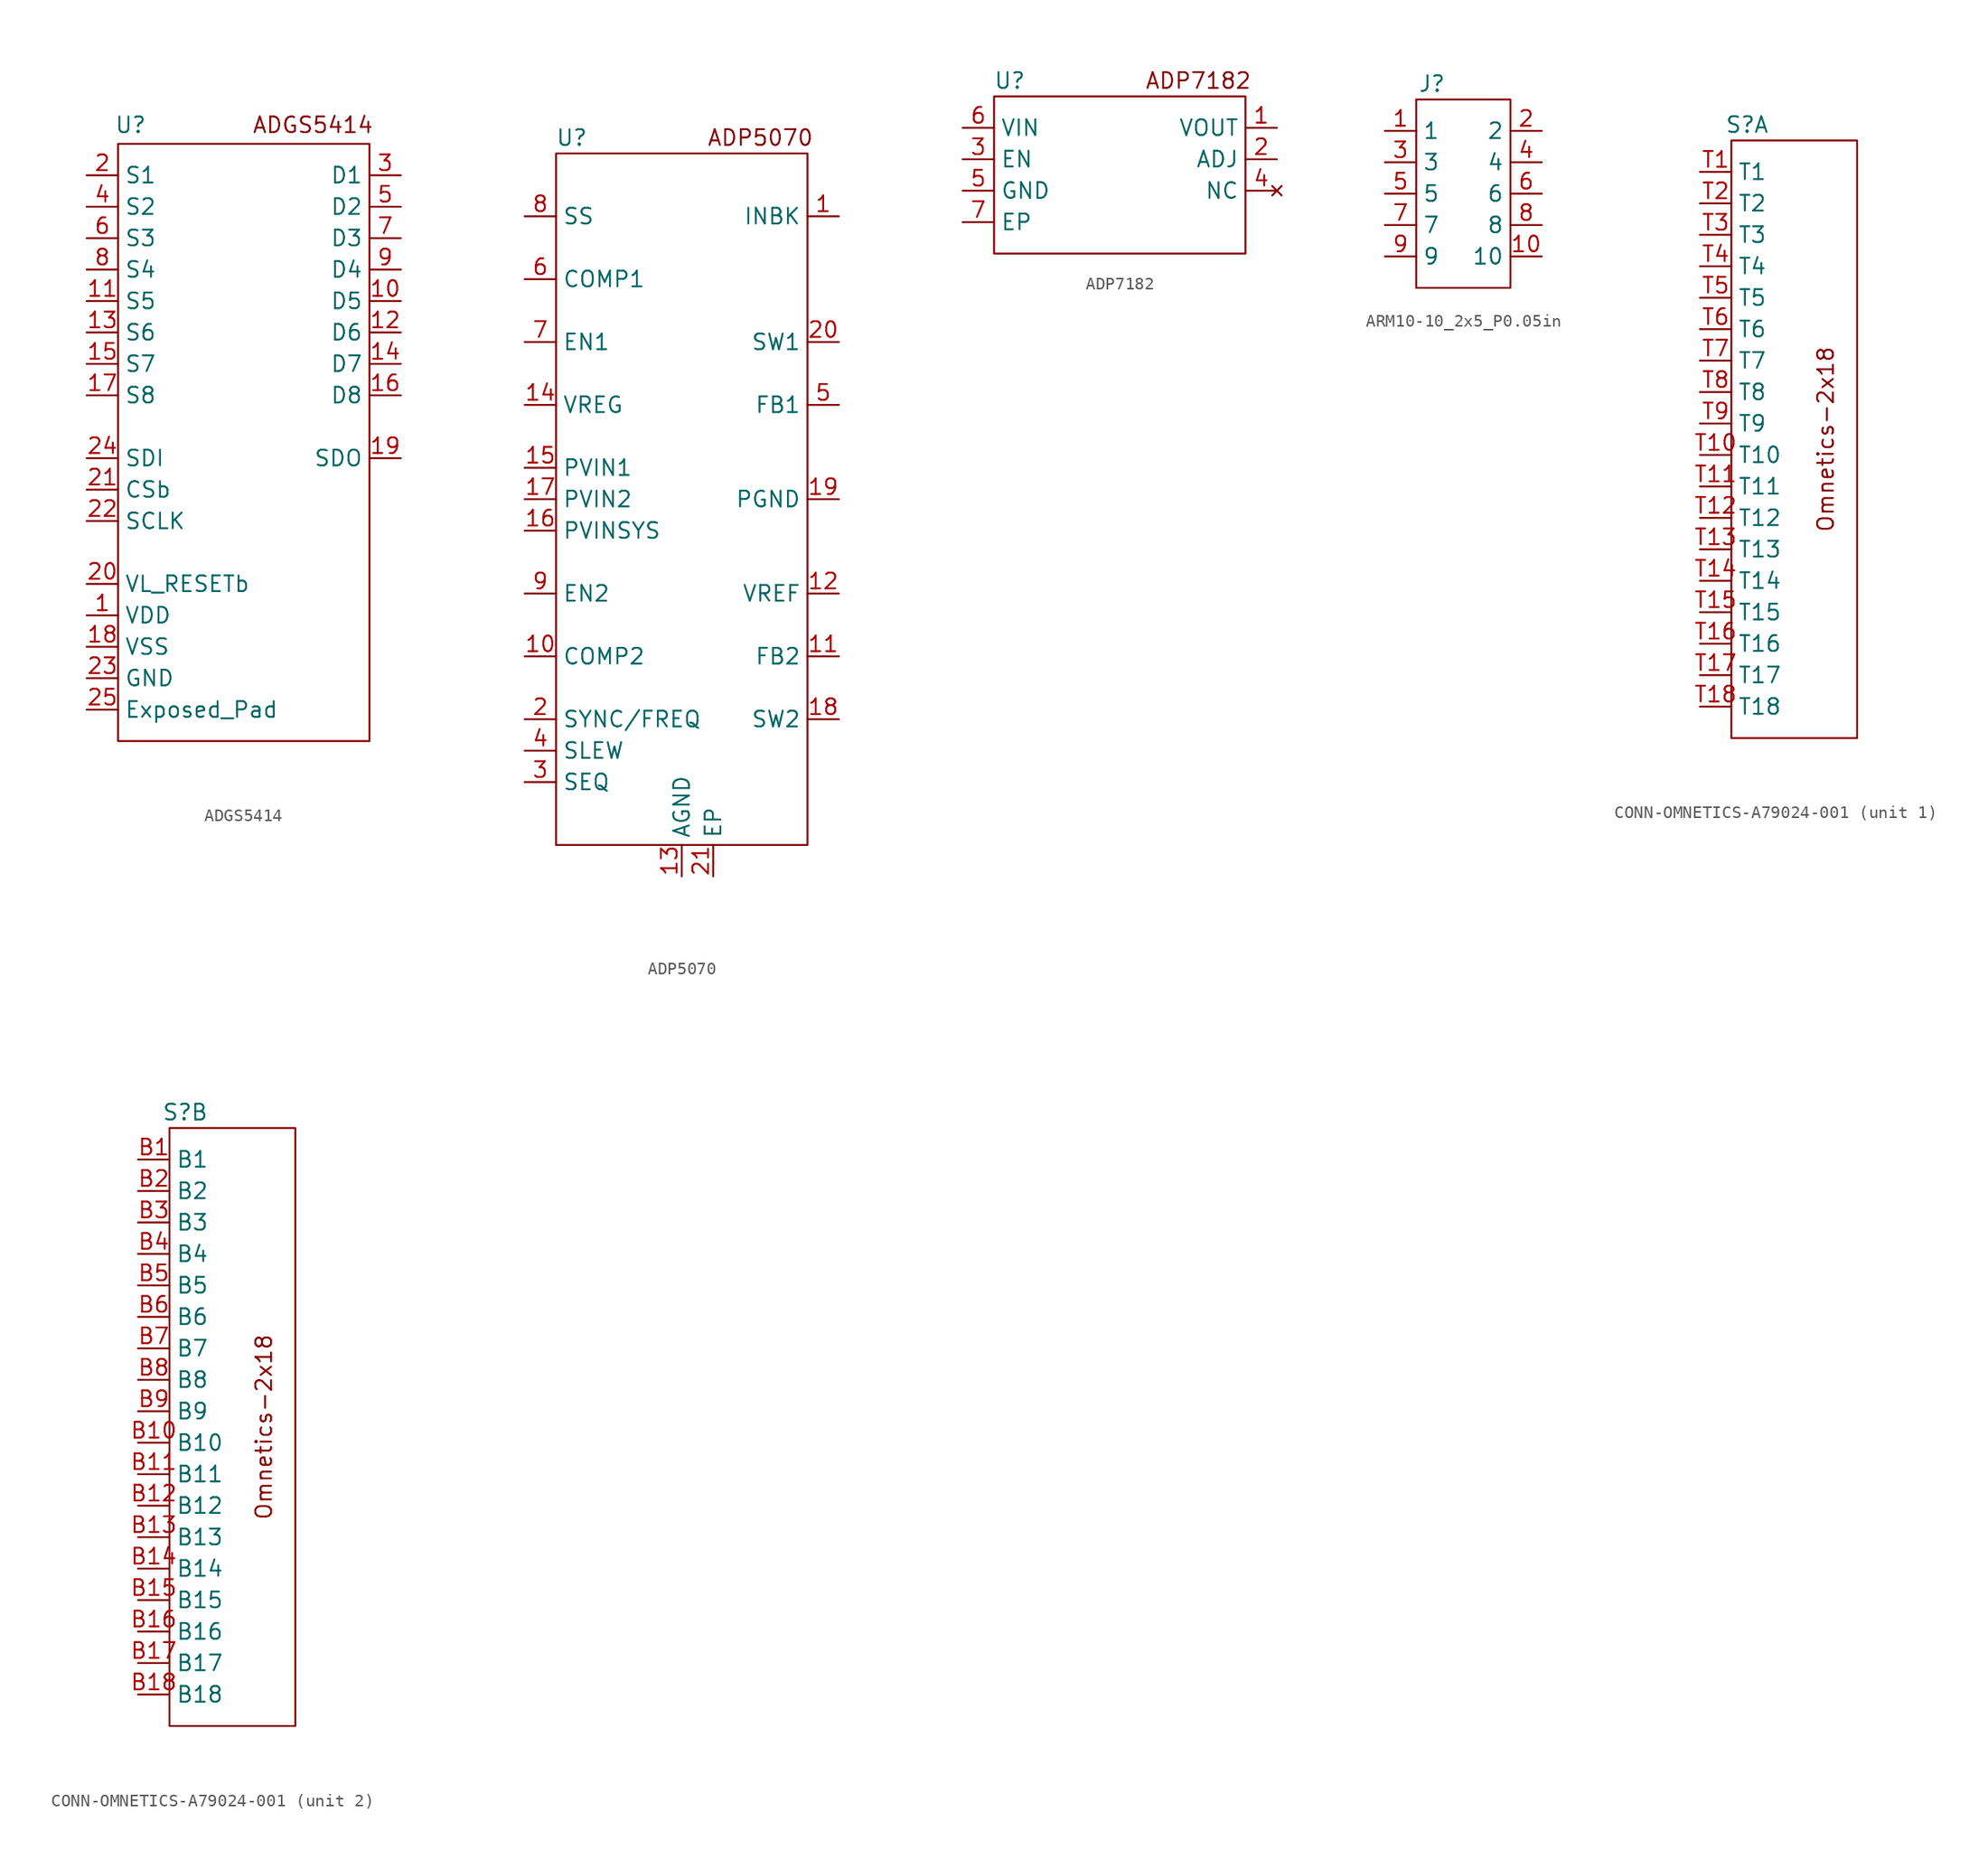
<source format=kicad_sym>
(kicad_symbol_lib
  (version 20231120)
  (generator "kicad_symbol_editor")
  (generator_version "8.0")
  (symbol "ADGS5414"
    (property "Reference" "U"
      (at -9.144 24.384 0)
      (effects (font (size 1.27 1.27))))
    (property "Value" ""
      (at -7.62 20.32 0)
      (effects (font (size 1.27 1.27))))
    (symbol "ADGS5414_0_1"
      (rectangle (start -10.16 22.86) (end 10.16 -25.4) (stroke (width 0) (type default)) (fill (type none))))
    (symbol "ADGS5414_1_1"
      (text "ADGS5414" (at 5.588 24.384 0) (effects (font (size 1.27 1.27))))
      (pin power_in line (at -12.7 -15.24 0) (length 2.54) (name "VDD" (effects (font (size 1.27 1.27)))) (number "1" (effects (font (size 1.27 1.27)))))
      (pin bidirectional line (at 12.7 10.16 180) (length 2.54) (name "D5" (effects (font (size 1.27 1.27)))) (number "10" (effects (font (size 1.27 1.27)))))
      (pin bidirectional line (at -12.7 10.16 0) (length 2.54) (name "S5" (effects (font (size 1.27 1.27)))) (number "11" (effects (font (size 1.27 1.27)))))
      (pin bidirectional line (at 12.7 7.62 180) (length 2.54) (name "D6" (effects (font (size 1.27 1.27)))) (number "12" (effects (font (size 1.27 1.27)))))
      (pin bidirectional line (at -12.7 7.62 0) (length 2.54) (name "S6" (effects (font (size 1.27 1.27)))) (number "13" (effects (font (size 1.27 1.27)))))
      (pin bidirectional line (at 12.7 5.08 180) (length 2.54) (name "D7" (effects (font (size 1.27 1.27)))) (number "14" (effects (font (size 1.27 1.27)))))
      (pin bidirectional line (at -12.7 5.08 0) (length 2.54) (name "S7" (effects (font (size 1.27 1.27)))) (number "15" (effects (font (size 1.27 1.27)))))
      (pin bidirectional line (at 12.7 2.54 180) (length 2.54) (name "D8" (effects (font (size 1.27 1.27)))) (number "16" (effects (font (size 1.27 1.27)))))
      (pin bidirectional line (at -12.7 2.54 0) (length 2.54) (name "S8" (effects (font (size 1.27 1.27)))) (number "17" (effects (font (size 1.27 1.27)))))
      (pin power_in line (at -12.7 -17.78 0) (length 2.54) (name "VSS" (effects (font (size 1.27 1.27)))) (number "18" (effects (font (size 1.27 1.27)))))
      (pin output line (at 12.7 -2.54 180) (length 2.54) (name "SDO" (effects (font (size 1.27 1.27)))) (number "19" (effects (font (size 1.27 1.27)))))
      (pin bidirectional line (at -12.7 20.32 0) (length 2.54) (name "S1" (effects (font (size 1.27 1.27)))) (number "2" (effects (font (size 1.27 1.27)))))
      (pin power_in line (at -12.7 -12.7 0) (length 2.54) (name "VL_RESETb" (effects (font (size 1.27 1.27)))) (number "20" (effects (font (size 1.27 1.27)))))
      (pin input line (at -12.7 -5.08 0) (length 2.54) (name "CSb" (effects (font (size 1.27 1.27)))) (number "21" (effects (font (size 1.27 1.27)))))
      (pin input line (at -12.7 -7.62 0) (length 2.54) (name "SCLK" (effects (font (size 1.27 1.27)))) (number "22" (effects (font (size 1.27 1.27)))))
      (pin power_in line (at -12.7 -20.32 0) (length 2.54) (name "GND" (effects (font (size 1.27 1.27)))) (number "23" (effects (font (size 1.27 1.27)))))
      (pin input line (at -12.7 -2.54 0) (length 2.54) (name "SDI" (effects (font (size 1.27 1.27)))) (number "24" (effects (font (size 1.27 1.27)))))
      (pin power_in line (at -12.7 -22.86 0) (length 2.54) (name "Exposed_Pad" (effects (font (size 1.27 1.27)))) (number "25" (effects (font (size 1.27 1.27)))))
      (pin bidirectional line (at 12.7 20.32 180) (length 2.54) (name "D1" (effects (font (size 1.27 1.27)))) (number "3" (effects (font (size 1.27 1.27)))))
      (pin bidirectional line (at -12.7 17.78 0) (length 2.54) (name "S2" (effects (font (size 1.27 1.27)))) (number "4" (effects (font (size 1.27 1.27)))))
      (pin bidirectional line (at 12.7 17.78 180) (length 2.54) (name "D2" (effects (font (size 1.27 1.27)))) (number "5" (effects (font (size 1.27 1.27)))))
      (pin bidirectional line (at -12.7 15.24 0) (length 2.54) (name "S3" (effects (font (size 1.27 1.27)))) (number "6" (effects (font (size 1.27 1.27)))))
      (pin bidirectional line (at 12.7 15.24 180) (length 2.54) (name "D3" (effects (font (size 1.27 1.27)))) (number "7" (effects (font (size 1.27 1.27)))))
      (pin bidirectional line (at -12.7 12.7 0) (length 2.54) (name "S4" (effects (font (size 1.27 1.27)))) (number "8" (effects (font (size 1.27 1.27)))))
      (pin bidirectional line (at 12.7 12.7 180) (length 2.54) (name "D4" (effects (font (size 1.27 1.27)))) (number "9" (effects (font (size 1.27 1.27)))))))
  (symbol "ADP5070"
    (property "Reference" "U"
      (at -8.89 29.21 0)
      (effects (font (size 1.27 1.27))))
    (property "Value" ""
      (at -12.7 27.94 0)
      (effects (font (size 1.27 1.27))))
    (symbol "ADP5070_0_1"
      (rectangle (start -10.16 27.94) (end 10.16 -27.94) (stroke (width 0) (type default)) (fill (type none))))
    (symbol "ADP5070_1_1"
      (text "ADP5070" (at 6.35 29.21 0) (effects (font (size 1.27 1.27))))
      (pin bidirectional line (at 12.7 22.86 180) (length 2.54) (name "INBK" (effects (font (size 1.27 1.27)))) (number "1" (effects (font (size 1.27 1.27)))))
      (pin bidirectional line (at -12.7 -12.7 0) (length 2.54) (name "COMP2" (effects (font (size 1.27 1.27)))) (number "10" (effects (font (size 1.27 1.27)))))
      (pin bidirectional line (at 12.7 -12.7 180) (length 2.54) (name "FB2" (effects (font (size 1.27 1.27)))) (number "11" (effects (font (size 1.27 1.27)))))
      (pin bidirectional line (at 12.7 -7.62 180) (length 2.54) (name "VREF" (effects (font (size 1.27 1.27)))) (number "12" (effects (font (size 1.27 1.27)))))
      (pin power_in line (at 0 -30.48 90) (length 2.54) (name "AGND" (effects (font (size 1.27 1.27)))) (number "13" (effects (font (size 1.27 1.27)))))
      (pin bidirectional line (at -12.7 7.62 0) (length 2.54) (name "VREG" (effects (font (size 1.27 1.27)))) (number "14" (effects (font (size 1.27 1.27)))))
      (pin power_in line (at -12.7 2.54 0) (length 2.54) (name "PVIN1" (effects (font (size 1.27 1.27)))) (number "15" (effects (font (size 1.27 1.27)))))
      (pin power_in line (at -12.7 -2.54 0) (length 2.54) (name "PVINSYS" (effects (font (size 1.27 1.27)))) (number "16" (effects (font (size 1.27 1.27)))))
      (pin power_in line (at -12.7 0 0) (length 2.54) (name "PVIN2" (effects (font (size 1.27 1.27)))) (number "17" (effects (font (size 1.27 1.27)))))
      (pin power_out line (at 12.7 -17.78 180) (length 2.54) (name "SW2" (effects (font (size 1.27 1.27)))) (number "18" (effects (font (size 1.27 1.27)))))
      (pin power_in line (at 12.7 0 180) (length 2.54) (name "PGND" (effects (font (size 1.27 1.27)))) (number "19" (effects (font (size 1.27 1.27)))))
      (pin input line (at -12.7 -17.78 0) (length 2.54) (name "SYNC/FREQ" (effects (font (size 1.27 1.27)))) (number "2" (effects (font (size 1.27 1.27)))))
      (pin power_out line (at 12.7 12.7 180) (length 2.54) (name "SW1" (effects (font (size 1.27 1.27)))) (number "20" (effects (font (size 1.27 1.27)))))
      (pin power_in line (at 2.54 -30.48 90) (length 2.54) (name "EP" (effects (font (size 1.27 1.27)))) (number "21" (effects (font (size 1.27 1.27)))))
      (pin input line (at -12.7 -22.86 0) (length 2.54) (name "SEQ" (effects (font (size 1.27 1.27)))) (number "3" (effects (font (size 1.27 1.27)))))
      (pin input line (at -12.7 -20.32 0) (length 2.54) (name "SLEW" (effects (font (size 1.27 1.27)))) (number "4" (effects (font (size 1.27 1.27)))))
      (pin bidirectional line (at 12.7 7.62 180) (length 2.54) (name "FB1" (effects (font (size 1.27 1.27)))) (number "5" (effects (font (size 1.27 1.27)))))
      (pin bidirectional line (at -12.7 17.78 0) (length 2.54) (name "COMP1" (effects (font (size 1.27 1.27)))) (number "6" (effects (font (size 1.27 1.27)))))
      (pin input line (at -12.7 12.7 0) (length 2.54) (name "EN1" (effects (font (size 1.27 1.27)))) (number "7" (effects (font (size 1.27 1.27)))))
      (pin input line (at -12.7 22.86 0) (length 2.54) (name "SS" (effects (font (size 1.27 1.27)))) (number "8" (effects (font (size 1.27 1.27)))))
      (pin input line (at -12.7 -7.62 0) (length 2.54) (name "EN2" (effects (font (size 1.27 1.27)))) (number "9" (effects (font (size 1.27 1.27)))))))
  (symbol "ADP7182"
    (property "Reference" "U"
      (at -8.89 6.35 0)
      (effects (font (size 1.27 1.27))))
    (property "Value" ""
      (at -12.7 5.08 0)
      (effects (font (size 1.27 1.27))))
    (symbol "ADP7182_0_1"
      (rectangle (start -10.16 5.08) (end 10.16 -7.62) (stroke (width 0) (type default)) (fill (type none))))
    (symbol "ADP7182_1_1"
      (text "ADP7182" (at 6.35 6.35 0) (effects (font (size 1.27 1.27))))
      (pin power_out line (at 12.7 2.54 180) (length 2.54) (name "VOUT" (effects (font (size 1.27 1.27)))) (number "1" (effects (font (size 1.27 1.27)))))
      (pin bidirectional line (at 12.7 0 180) (length 2.54) (name "ADJ" (effects (font (size 1.27 1.27)))) (number "2" (effects (font (size 1.27 1.27)))))
      (pin input line (at -12.7 0 0) (length 2.54) (name "EN" (effects (font (size 1.27 1.27)))) (number "3" (effects (font (size 1.27 1.27)))))
      (pin no_connect line (at 12.7 -2.54 180) (length 2.54) (name "NC" (effects (font (size 1.27 1.27)))) (number "4" (effects (font (size 1.27 1.27)))))
      (pin power_in line (at -12.7 -2.54 0) (length 2.54) (name "GND" (effects (font (size 1.27 1.27)))) (number "5" (effects (font (size 1.27 1.27)))))
      (pin power_in line (at -12.7 2.54 0) (length 2.54) (name "VIN" (effects (font (size 1.27 1.27)))) (number "6" (effects (font (size 1.27 1.27)))))
      (pin power_in line (at -12.7 -5.08 0) (length 2.54) (name "EP" (effects (font (size 1.27 1.27)))) (number "7" (effects (font (size 1.27 1.27)))))))
  (symbol "ARM10-10_2x5_P0.05in"
    (property "Reference" "J"
      (at -2.54 8.89 0)
      (effects (font (size 1.27 1.27))))
    (symbol "ARM10-10_2x5_P0.05in_0_1"
      (rectangle (start -3.81 7.62) (end 3.81 -7.62) (stroke (width 0) (type default)) (fill (type none))))
    (symbol "ARM10-10_2x5_P0.05in_1_1"
      (pin passive line (at -6.35 5.08 0) (length 2.54) (name "1" (effects (font (size 1.27 1.27)))) (number "1" (effects (font (size 1.27 1.27)))))
      (pin passive line (at 6.35 -5.08 180) (length 2.54) (name "10" (effects (font (size 1.27 1.27)))) (number "10" (effects (font (size 1.27 1.27)))))
      (pin passive line (at 6.35 5.08 180) (length 2.54) (name "2" (effects (font (size 1.27 1.27)))) (number "2" (effects (font (size 1.27 1.27)))))
      (pin passive line (at -6.35 2.54 0) (length 2.54) (name "3" (effects (font (size 1.27 1.27)))) (number "3" (effects (font (size 1.27 1.27)))))
      (pin passive line (at 6.35 2.54 180) (length 2.54) (name "4" (effects (font (size 1.27 1.27)))) (number "4" (effects (font (size 1.27 1.27)))))
      (pin passive line (at -6.35 0 0) (length 2.54) (name "5" (effects (font (size 1.27 1.27)))) (number "5" (effects (font (size 1.27 1.27)))))
      (pin passive line (at 6.35 0 180) (length 2.54) (name "6" (effects (font (size 1.27 1.27)))) (number "6" (effects (font (size 1.27 1.27)))))
      (pin passive line (at -6.35 -2.54 0) (length 2.54) (name "7" (effects (font (size 1.27 1.27)))) (number "7" (effects (font (size 1.27 1.27)))))
      (pin passive line (at 6.35 -2.54 180) (length 2.54) (name "8" (effects (font (size 1.27 1.27)))) (number "8" (effects (font (size 1.27 1.27)))))
      (pin passive line (at -6.35 -5.08 0) (length 2.54) (name "9" (effects (font (size 1.27 1.27)))) (number "9" (effects (font (size 1.27 1.27)))))))
  (symbol "CONN-OMNETICS-A79024-001"
    (property "Reference" "S"
      (at -3.81 25.4 0)
      (effects (font (size 1.27 1.27))))
    (property "Value" ""
      (at -5.08 24.13 0)
      (effects (font (size 1.27 1.27))))
    (symbol "CONN-OMNETICS-A79024-001_0_1"
      (rectangle (start -5.08 24.13) (end 5.08 -24.13) (stroke (width 0) (type default)) (fill (type none))))
    (symbol "CONN-OMNETICS-A79024-001_1_1"
      (text "Omnetics-2x18" (at 2.54 0 900) (effects (font (size 1.27 1.27))))
      (pin passive line (at -7.62 21.59 0) (length 2.54) (name "T1" (effects (font (size 1.27 1.27)))) (number "T1" (effects (font (size 1.27 1.27)))))
      (pin passive line (at -7.62 -1.27 0) (length 2.54) (name "T10" (effects (font (size 1.27 1.27)))) (number "T10" (effects (font (size 1.27 1.27)))))
      (pin passive line (at -7.62 -3.81 0) (length 2.54) (name "T11" (effects (font (size 1.27 1.27)))) (number "T11" (effects (font (size 1.27 1.27)))))
      (pin passive line (at -7.62 -6.35 0) (length 2.54) (name "T12" (effects (font (size 1.27 1.27)))) (number "T12" (effects (font (size 1.27 1.27)))))
      (pin passive line (at -7.62 -8.89 0) (length 2.54) (name "T13" (effects (font (size 1.27 1.27)))) (number "T13" (effects (font (size 1.27 1.27)))))
      (pin passive line (at -7.62 -11.43 0) (length 2.54) (name "T14" (effects (font (size 1.27 1.27)))) (number "T14" (effects (font (size 1.27 1.27)))))
      (pin passive line (at -7.62 -13.97 0) (length 2.54) (name "T15" (effects (font (size 1.27 1.27)))) (number "T15" (effects (font (size 1.27 1.27)))))
      (pin passive line (at -7.62 -16.51 0) (length 2.54) (name "T16" (effects (font (size 1.27 1.27)))) (number "T16" (effects (font (size 1.27 1.27)))))
      (pin passive line (at -7.62 -19.05 0) (length 2.54) (name "T17" (effects (font (size 1.27 1.27)))) (number "T17" (effects (font (size 1.27 1.27)))))
      (pin passive line (at -7.62 -21.59 0) (length 2.54) (name "T18" (effects (font (size 1.27 1.27)))) (number "T18" (effects (font (size 1.27 1.27)))))
      (pin passive line (at -7.62 19.05 0) (length 2.54) (name "T2" (effects (font (size 1.27 1.27)))) (number "T2" (effects (font (size 1.27 1.27)))))
      (pin passive line (at -7.62 16.51 0) (length 2.54) (name "T3" (effects (font (size 1.27 1.27)))) (number "T3" (effects (font (size 1.27 1.27)))))
      (pin passive line (at -7.62 13.97 0) (length 2.54) (name "T4" (effects (font (size 1.27 1.27)))) (number "T4" (effects (font (size 1.27 1.27)))))
      (pin passive line (at -7.62 11.43 0) (length 2.54) (name "T5" (effects (font (size 1.27 1.27)))) (number "T5" (effects (font (size 1.27 1.27)))))
      (pin passive line (at -7.62 8.89 0) (length 2.54) (name "T6" (effects (font (size 1.27 1.27)))) (number "T6" (effects (font (size 1.27 1.27)))))
      (pin passive line (at -7.62 6.35 0) (length 2.54) (name "T7" (effects (font (size 1.27 1.27)))) (number "T7" (effects (font (size 1.27 1.27)))))
      (pin passive line (at -7.62 3.81 0) (length 2.54) (name "T8" (effects (font (size 1.27 1.27)))) (number "T8" (effects (font (size 1.27 1.27)))))
      (pin passive line (at -7.62 1.27 0) (length 2.54) (name "T9" (effects (font (size 1.27 1.27)))) (number "T9" (effects (font (size 1.27 1.27))))))
    (symbol "CONN-OMNETICS-A79024-001_2_1"
      (text "Omnetics-2x18" (at 2.54 0 900) (effects (font (size 1.27 1.27))))
      (pin passive line (at -7.62 21.59 0) (length 2.54) (name "B1" (effects (font (size 1.27 1.27)))) (number "B1" (effects (font (size 1.27 1.27)))))
      (pin passive line (at -7.62 -1.27 0) (length 2.54) (name "B10" (effects (font (size 1.27 1.27)))) (number "B10" (effects (font (size 1.27 1.27)))))
      (pin passive line (at -7.62 -3.81 0) (length 2.54) (name "B11" (effects (font (size 1.27 1.27)))) (number "B11" (effects (font (size 1.27 1.27)))))
      (pin passive line (at -7.62 -6.35 0) (length 2.54) (name "B12" (effects (font (size 1.27 1.27)))) (number "B12" (effects (font (size 1.27 1.27)))))
      (pin passive line (at -7.62 -8.89 0) (length 2.54) (name "B13" (effects (font (size 1.27 1.27)))) (number "B13" (effects (font (size 1.27 1.27)))))
      (pin passive line (at -7.62 -11.43 0) (length 2.54) (name "B14" (effects (font (size 1.27 1.27)))) (number "B14" (effects (font (size 1.27 1.27)))))
      (pin passive line (at -7.62 -13.97 0) (length 2.54) (name "B15" (effects (font (size 1.27 1.27)))) (number "B15" (effects (font (size 1.27 1.27)))))
      (pin passive line (at -7.62 -16.51 0) (length 2.54) (name "B16" (effects (font (size 1.27 1.27)))) (number "B16" (effects (font (size 1.27 1.27)))))
      (pin passive line (at -7.62 -19.05 0) (length 2.54) (name "B17" (effects (font (size 1.27 1.27)))) (number "B17" (effects (font (size 1.27 1.27)))))
      (pin passive line (at -7.62 -21.59 0) (length 2.54) (name "B18" (effects (font (size 1.27 1.27)))) (number "B18" (effects (font (size 1.27 1.27)))))
      (pin passive line (at -7.62 19.05 0) (length 2.54) (name "B2" (effects (font (size 1.27 1.27)))) (number "B2" (effects (font (size 1.27 1.27)))))
      (pin passive line (at -7.62 16.51 0) (length 2.54) (name "B3" (effects (font (size 1.27 1.27)))) (number "B3" (effects (font (size 1.27 1.27)))))
      (pin passive line (at -7.62 13.97 0) (length 2.54) (name "B4" (effects (font (size 1.27 1.27)))) (number "B4" (effects (font (size 1.27 1.27)))))
      (pin passive line (at -7.62 11.43 0) (length 2.54) (name "B5" (effects (font (size 1.27 1.27)))) (number "B5" (effects (font (size 1.27 1.27)))))
      (pin passive line (at -7.62 8.89 0) (length 2.54) (name "B6" (effects (font (size 1.27 1.27)))) (number "B6" (effects (font (size 1.27 1.27)))))
      (pin passive line (at -7.62 6.35 0) (length 2.54) (name "B7" (effects (font (size 1.27 1.27)))) (number "B7" (effects (font (size 1.27 1.27)))))
      (pin passive line (at -7.62 3.81 0) (length 2.54) (name "B8" (effects (font (size 1.27 1.27)))) (number "B8" (effects (font (size 1.27 1.27)))))
      (pin passive line (at -7.62 1.27 0) (length 2.54) (name "B9" (effects (font (size 1.27 1.27)))) (number "B9" (effects (font (size 1.27 1.27))))))))
</source>
